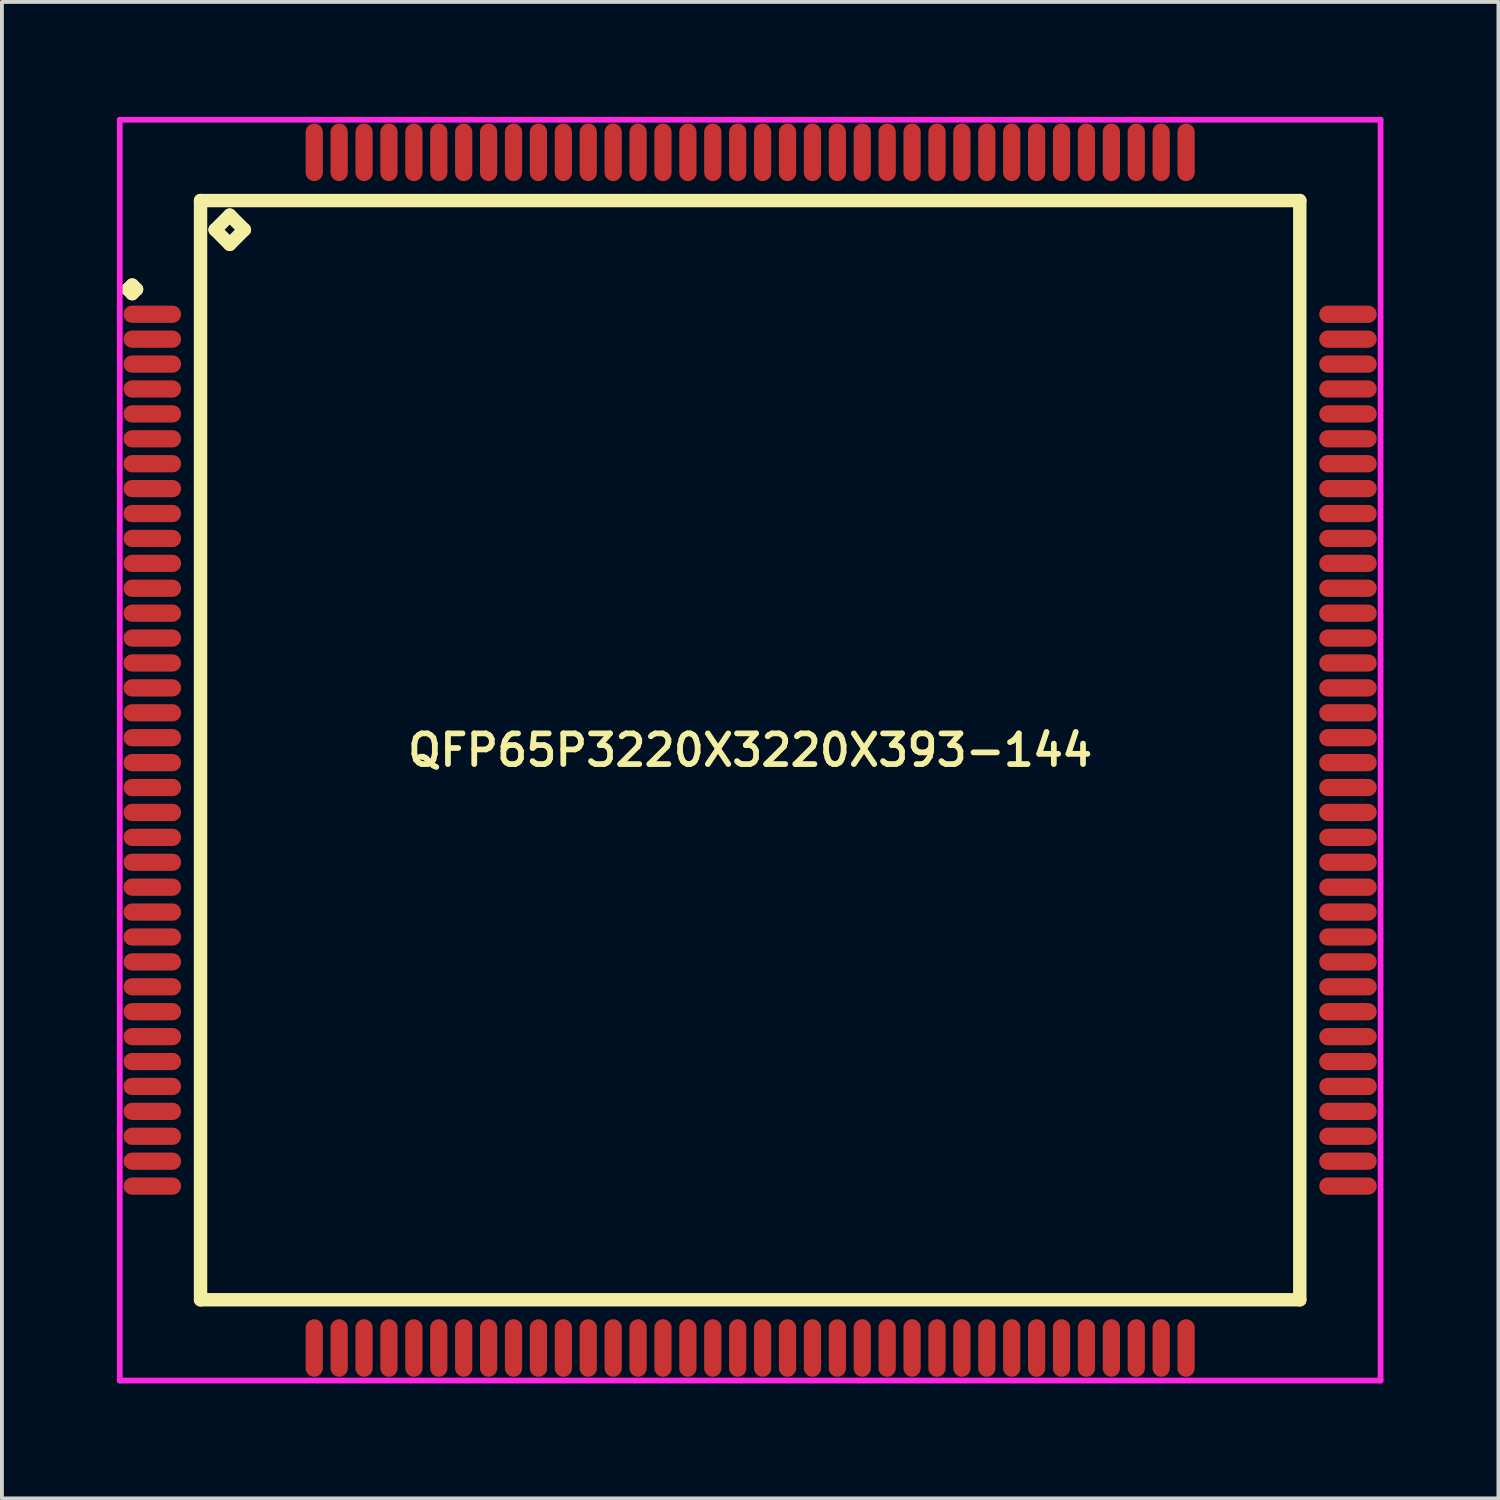
<source format=kicad_pcb>
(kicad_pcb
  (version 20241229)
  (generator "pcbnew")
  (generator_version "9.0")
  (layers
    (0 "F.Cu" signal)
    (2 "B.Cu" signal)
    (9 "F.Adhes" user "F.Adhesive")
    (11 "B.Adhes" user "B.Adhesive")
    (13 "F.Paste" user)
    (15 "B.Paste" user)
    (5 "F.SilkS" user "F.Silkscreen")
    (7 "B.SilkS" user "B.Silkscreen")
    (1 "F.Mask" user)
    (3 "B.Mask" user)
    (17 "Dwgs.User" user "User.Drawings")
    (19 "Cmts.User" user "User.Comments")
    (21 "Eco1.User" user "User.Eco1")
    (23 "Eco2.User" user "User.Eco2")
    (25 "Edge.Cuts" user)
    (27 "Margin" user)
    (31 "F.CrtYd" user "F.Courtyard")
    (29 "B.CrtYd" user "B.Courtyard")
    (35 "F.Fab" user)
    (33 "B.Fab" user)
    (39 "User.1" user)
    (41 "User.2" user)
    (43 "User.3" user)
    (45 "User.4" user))
  (footprint "QFP65P3220X3220X393-144"
    (layer "F.Cu")
    (at 16.525 16.525)
    (property "Reference" "QFP65P3220X3220X393-144" (at 0 0 0) (layer "F.SilkS") (effects (font (size 0.8 0.8) (thickness 0.15))))
    (attr smd)
    (fp_line (start -16.238 -12.025) (end -16.125 -12.137) (stroke (width 0.35) (type solid)) (layer "F.SilkS"))
    (fp_line (start -16.125 -12.137) (end -16.012 -12.025) (stroke (width 0.35) (type solid)) (layer "F.SilkS"))
    (fp_line (start -16.125 -11.912) (end -16.238 -12.025) (stroke (width 0.35) (type solid)) (layer "F.SilkS"))
    (fp_line (start -16.012 -12.025) (end -16.125 -11.912) (stroke (width 0.35) (type solid)) (layer "F.SilkS"))
    (fp_line (start -14.342 -14.342) (end -14.342 14.342) (stroke (width 0.35) (type solid)) (layer "F.SilkS"))
    (fp_line (start -14.342 14.342) (end 14.342 14.342) (stroke (width 0.35) (type solid)) (layer "F.SilkS"))
    (fp_line (start -13.961 -13.58) (end -13.58 -13.961) (stroke (width 0.35) (type solid)) (layer "F.SilkS"))
    (fp_line (start -13.58 -13.961) (end -13.199 -13.58) (stroke (width 0.35) (type solid)) (layer "F.SilkS"))
    (fp_line (start -13.58 -13.199) (end -13.961 -13.58) (stroke (width 0.35) (type solid)) (layer "F.SilkS"))
    (fp_line (start -13.199 -13.58) (end -13.58 -13.199) (stroke (width 0.35) (type solid)) (layer "F.SilkS"))
    (fp_line (start 14.342 -14.342) (end -14.342 -14.342) (stroke (width 0.35) (type solid)) (layer "F.SilkS"))
    (fp_line (start 14.342 14.342) (end 14.342 -14.342) (stroke (width 0.35) (type solid)) (layer "F.SilkS"))
    (fp_line (start -16.45 -16.45) (end 16.45 -16.45) (stroke (width 0.15) (type solid)) (layer "F.CrtYd"))
    (fp_line (start -16.45 16.45) (end -16.45 -16.45) (stroke (width 0.15) (type solid)) (layer "F.CrtYd"))
    (fp_line (start 16.45 -16.45) (end 16.45 16.45) (stroke (width 0.15) (type solid)) (layer "F.CrtYd"))
    (fp_line (start 16.45 16.45) (end -16.45 16.45) (stroke (width 0.15) (type solid)) (layer "F.CrtYd"))
    (pad "1" smd oval (at -15.6 -11.375) (size 1.5 0.45) (layers "F.Cu" "F.Mask" "F.Paste"))
    (pad "2" smd oval (at -15.6 -10.725) (size 1.5 0.45) (layers "F.Cu" "F.Mask" "F.Paste"))
    (pad "3" smd oval (at -15.6 -10.075) (size 1.5 0.45) (layers "F.Cu" "F.Mask" "F.Paste"))
    (pad "4" smd oval (at -15.6 -9.425) (size 1.5 0.45) (layers "F.Cu" "F.Mask" "F.Paste"))
    (pad "5" smd oval (at -15.6 -8.775) (size 1.5 0.45) (layers "F.Cu" "F.Mask" "F.Paste"))
    (pad "6" smd oval (at -15.6 -8.125) (size 1.5 0.45) (layers "F.Cu" "F.Mask" "F.Paste"))
    (pad "7" smd oval (at -15.6 -7.475) (size 1.5 0.45) (layers "F.Cu" "F.Mask" "F.Paste"))
    (pad "8" smd oval (at -15.6 -6.825) (size 1.5 0.45) (layers "F.Cu" "F.Mask" "F.Paste"))
    (pad "9" smd oval (at -15.6 -6.175) (size 1.5 0.45) (layers "F.Cu" "F.Mask" "F.Paste"))
    (pad "10" smd oval (at -15.6 -5.525) (size 1.5 0.45) (layers "F.Cu" "F.Mask" "F.Paste"))
    (pad "11" smd oval (at -15.6 -4.875) (size 1.5 0.45) (layers "F.Cu" "F.Mask" "F.Paste"))
    (pad "12" smd oval (at -15.6 -4.225) (size 1.5 0.45) (layers "F.Cu" "F.Mask" "F.Paste"))
    (pad "13" smd oval (at -15.6 -3.575) (size 1.5 0.45) (layers "F.Cu" "F.Mask" "F.Paste"))
    (pad "14" smd oval (at -15.6 -2.925) (size 1.5 0.45) (layers "F.Cu" "F.Mask" "F.Paste"))
    (pad "15" smd oval (at -15.6 -2.275) (size 1.5 0.45) (layers "F.Cu" "F.Mask" "F.Paste"))
    (pad "16" smd oval (at -15.6 -1.625) (size 1.5 0.45) (layers "F.Cu" "F.Mask" "F.Paste"))
    (pad "17" smd oval (at -15.6 -0.975) (size 1.5 0.45) (layers "F.Cu" "F.Mask" "F.Paste"))
    (pad "18" smd oval (at -15.6 -0.325) (size 1.5 0.45) (layers "F.Cu" "F.Mask" "F.Paste"))
    (pad "19" smd oval (at -15.6 0.325) (size 1.5 0.45) (layers "F.Cu" "F.Mask" "F.Paste"))
    (pad "20" smd oval (at -15.6 0.975) (size 1.5 0.45) (layers "F.Cu" "F.Mask" "F.Paste"))
    (pad "21" smd oval (at -15.6 1.625) (size 1.5 0.45) (layers "F.Cu" "F.Mask" "F.Paste"))
    (pad "22" smd oval (at -15.6 2.275) (size 1.5 0.45) (layers "F.Cu" "F.Mask" "F.Paste"))
    (pad "23" smd oval (at -15.6 2.925) (size 1.5 0.45) (layers "F.Cu" "F.Mask" "F.Paste"))
    (pad "24" smd oval (at -15.6 3.575) (size 1.5 0.45) (layers "F.Cu" "F.Mask" "F.Paste"))
    (pad "25" smd oval (at -15.6 4.225) (size 1.5 0.45) (layers "F.Cu" "F.Mask" "F.Paste"))
    (pad "26" smd oval (at -15.6 4.875) (size 1.5 0.45) (layers "F.Cu" "F.Mask" "F.Paste"))
    (pad "27" smd oval (at -15.6 5.525) (size 1.5 0.45) (layers "F.Cu" "F.Mask" "F.Paste"))
    (pad "28" smd oval (at -15.6 6.175) (size 1.5 0.45) (layers "F.Cu" "F.Mask" "F.Paste"))
    (pad "29" smd oval (at -15.6 6.825) (size 1.5 0.45) (layers "F.Cu" "F.Mask" "F.Paste"))
    (pad "30" smd oval (at -15.6 7.475) (size 1.5 0.45) (layers "F.Cu" "F.Mask" "F.Paste"))
    (pad "31" smd oval (at -15.6 8.125) (size 1.5 0.45) (layers "F.Cu" "F.Mask" "F.Paste"))
    (pad "32" smd oval (at -15.6 8.775) (size 1.5 0.45) (layers "F.Cu" "F.Mask" "F.Paste"))
    (pad "33" smd oval (at -15.6 9.425) (size 1.5 0.45) (layers "F.Cu" "F.Mask" "F.Paste"))
    (pad "34" smd oval (at -15.6 10.075) (size 1.5 0.45) (layers "F.Cu" "F.Mask" "F.Paste"))
    (pad "35" smd oval (at -15.6 10.725) (size 1.5 0.45) (layers "F.Cu" "F.Mask" "F.Paste"))
    (pad "36" smd oval (at -15.6 11.375) (size 1.5 0.45) (layers "F.Cu" "F.Mask" "F.Paste"))
    (pad "37" smd oval (at -11.375 15.6) (size 0.45 1.5) (layers "F.Cu" "F.Mask" "F.Paste"))
    (pad "38" smd oval (at -10.725 15.6) (size 0.45 1.5) (layers "F.Cu" "F.Mask" "F.Paste"))
    (pad "39" smd oval (at -10.075 15.6) (size 0.45 1.5) (layers "F.Cu" "F.Mask" "F.Paste"))
    (pad "40" smd oval (at -9.425 15.6) (size 0.45 1.5) (layers "F.Cu" "F.Mask" "F.Paste"))
    (pad "41" smd oval (at -8.775 15.6) (size 0.45 1.5) (layers "F.Cu" "F.Mask" "F.Paste"))
    (pad "42" smd oval (at -8.125 15.6) (size 0.45 1.5) (layers "F.Cu" "F.Mask" "F.Paste"))
    (pad "43" smd oval (at -7.475 15.6) (size 0.45 1.5) (layers "F.Cu" "F.Mask" "F.Paste"))
    (pad "44" smd oval (at -6.825 15.6) (size 0.45 1.5) (layers "F.Cu" "F.Mask" "F.Paste"))
    (pad "45" smd oval (at -6.175 15.6) (size 0.45 1.5) (layers "F.Cu" "F.Mask" "F.Paste"))
    (pad "46" smd oval (at -5.525 15.6) (size 0.45 1.5) (layers "F.Cu" "F.Mask" "F.Paste"))
    (pad "47" smd oval (at -4.875 15.6) (size 0.45 1.5) (layers "F.Cu" "F.Mask" "F.Paste"))
    (pad "48" smd oval (at -4.225 15.6) (size 0.45 1.5) (layers "F.Cu" "F.Mask" "F.Paste"))
    (pad "49" smd oval (at -3.575 15.6) (size 0.45 1.5) (layers "F.Cu" "F.Mask" "F.Paste"))
    (pad "50" smd oval (at -2.925 15.6) (size 0.45 1.5) (layers "F.Cu" "F.Mask" "F.Paste"))
    (pad "51" smd oval (at -2.275 15.6) (size 0.45 1.5) (layers "F.Cu" "F.Mask" "F.Paste"))
    (pad "52" smd oval (at -1.625 15.6) (size 0.45 1.5) (layers "F.Cu" "F.Mask" "F.Paste"))
    (pad "53" smd oval (at -0.975 15.6) (size 0.45 1.5) (layers "F.Cu" "F.Mask" "F.Paste"))
    (pad "54" smd oval (at -0.325 15.6) (size 0.45 1.5) (layers "F.Cu" "F.Mask" "F.Paste"))
    (pad "55" smd oval (at 0.325 15.6) (size 0.45 1.5) (layers "F.Cu" "F.Mask" "F.Paste"))
    (pad "56" smd oval (at 0.975 15.6) (size 0.45 1.5) (layers "F.Cu" "F.Mask" "F.Paste"))
    (pad "57" smd oval (at 1.625 15.6) (size 0.45 1.5) (layers "F.Cu" "F.Mask" "F.Paste"))
    (pad "58" smd oval (at 2.275 15.6) (size 0.45 1.5) (layers "F.Cu" "F.Mask" "F.Paste"))
    (pad "59" smd oval (at 2.925 15.6) (size 0.45 1.5) (layers "F.Cu" "F.Mask" "F.Paste"))
    (pad "60" smd oval (at 3.575 15.6) (size 0.45 1.5) (layers "F.Cu" "F.Mask" "F.Paste"))
    (pad "61" smd oval (at 4.225 15.6) (size 0.45 1.5) (layers "F.Cu" "F.Mask" "F.Paste"))
    (pad "62" smd oval (at 4.875 15.6) (size 0.45 1.5) (layers "F.Cu" "F.Mask" "F.Paste"))
    (pad "63" smd oval (at 5.525 15.6) (size 0.45 1.5) (layers "F.Cu" "F.Mask" "F.Paste"))
    (pad "64" smd oval (at 6.175 15.6) (size 0.45 1.5) (layers "F.Cu" "F.Mask" "F.Paste"))
    (pad "65" smd oval (at 6.825 15.6) (size 0.45 1.5) (layers "F.Cu" "F.Mask" "F.Paste"))
    (pad "66" smd oval (at 7.475 15.6) (size 0.45 1.5) (layers "F.Cu" "F.Mask" "F.Paste"))
    (pad "67" smd oval (at 8.125 15.6) (size 0.45 1.5) (layers "F.Cu" "F.Mask" "F.Paste"))
    (pad "68" smd oval (at 8.775 15.6) (size 0.45 1.5) (layers "F.Cu" "F.Mask" "F.Paste"))
    (pad "69" smd oval (at 9.425 15.6) (size 0.45 1.5) (layers "F.Cu" "F.Mask" "F.Paste"))
    (pad "70" smd oval (at 10.075 15.6) (size 0.45 1.5) (layers "F.Cu" "F.Mask" "F.Paste"))
    (pad "71" smd oval (at 10.725 15.6) (size 0.45 1.5) (layers "F.Cu" "F.Mask" "F.Paste"))
    (pad "72" smd oval (at 11.375 15.6) (size 0.45 1.5) (layers "F.Cu" "F.Mask" "F.Paste"))
    (pad "73" smd oval (at 15.6 11.375) (size 1.5 0.45) (layers "F.Cu" "F.Mask" "F.Paste"))
    (pad "74" smd oval (at 15.6 10.725) (size 1.5 0.45) (layers "F.Cu" "F.Mask" "F.Paste"))
    (pad "75" smd oval (at 15.6 10.075) (size 1.5 0.45) (layers "F.Cu" "F.Mask" "F.Paste"))
    (pad "76" smd oval (at 15.6 9.425) (size 1.5 0.45) (layers "F.Cu" "F.Mask" "F.Paste"))
    (pad "77" smd oval (at 15.6 8.775) (size 1.5 0.45) (layers "F.Cu" "F.Mask" "F.Paste"))
    (pad "78" smd oval (at 15.6 8.125) (size 1.5 0.45) (layers "F.Cu" "F.Mask" "F.Paste"))
    (pad "79" smd oval (at 15.6 7.475) (size 1.5 0.45) (layers "F.Cu" "F.Mask" "F.Paste"))
    (pad "80" smd oval (at 15.6 6.825) (size 1.5 0.45) (layers "F.Cu" "F.Mask" "F.Paste"))
    (pad "81" smd oval (at 15.6 6.175) (size 1.5 0.45) (layers "F.Cu" "F.Mask" "F.Paste"))
    (pad "82" smd oval (at 15.6 5.525) (size 1.5 0.45) (layers "F.Cu" "F.Mask" "F.Paste"))
    (pad "83" smd oval (at 15.6 4.875) (size 1.5 0.45) (layers "F.Cu" "F.Mask" "F.Paste"))
    (pad "84" smd oval (at 15.6 4.225) (size 1.5 0.45) (layers "F.Cu" "F.Mask" "F.Paste"))
    (pad "85" smd oval (at 15.6 3.575) (size 1.5 0.45) (layers "F.Cu" "F.Mask" "F.Paste"))
    (pad "86" smd oval (at 15.6 2.925) (size 1.5 0.45) (layers "F.Cu" "F.Mask" "F.Paste"))
    (pad "87" smd oval (at 15.6 2.275) (size 1.5 0.45) (layers "F.Cu" "F.Mask" "F.Paste"))
    (pad "88" smd oval (at 15.6 1.625) (size 1.5 0.45) (layers "F.Cu" "F.Mask" "F.Paste"))
    (pad "89" smd oval (at 15.6 0.975) (size 1.5 0.45) (layers "F.Cu" "F.Mask" "F.Paste"))
    (pad "90" smd oval (at 15.6 0.325) (size 1.5 0.45) (layers "F.Cu" "F.Mask" "F.Paste"))
    (pad "91" smd oval (at 15.6 -0.325) (size 1.5 0.45) (layers "F.Cu" "F.Mask" "F.Paste"))
    (pad "92" smd oval (at 15.6 -0.975) (size 1.5 0.45) (layers "F.Cu" "F.Mask" "F.Paste"))
    (pad "93" smd oval (at 15.6 -1.625) (size 1.5 0.45) (layers "F.Cu" "F.Mask" "F.Paste"))
    (pad "94" smd oval (at 15.6 -2.275) (size 1.5 0.45) (layers "F.Cu" "F.Mask" "F.Paste"))
    (pad "95" smd oval (at 15.6 -2.925) (size 1.5 0.45) (layers "F.Cu" "F.Mask" "F.Paste"))
    (pad "96" smd oval (at 15.6 -3.575) (size 1.5 0.45) (layers "F.Cu" "F.Mask" "F.Paste"))
    (pad "97" smd oval (at 15.6 -4.225) (size 1.5 0.45) (layers "F.Cu" "F.Mask" "F.Paste"))
    (pad "98" smd oval (at 15.6 -4.875) (size 1.5 0.45) (layers "F.Cu" "F.Mask" "F.Paste"))
    (pad "99" smd oval (at 15.6 -5.525) (size 1.5 0.45) (layers "F.Cu" "F.Mask" "F.Paste"))
    (pad "100" smd oval (at 15.6 -6.175) (size 1.5 0.45) (layers "F.Cu" "F.Mask" "F.Paste"))
    (pad "101" smd oval (at 15.6 -6.825) (size 1.5 0.45) (layers "F.Cu" "F.Mask" "F.Paste"))
    (pad "102" smd oval (at 15.6 -7.475) (size 1.5 0.45) (layers "F.Cu" "F.Mask" "F.Paste"))
    (pad "103" smd oval (at 15.6 -8.125) (size 1.5 0.45) (layers "F.Cu" "F.Mask" "F.Paste"))
    (pad "104" smd oval (at 15.6 -8.775) (size 1.5 0.45) (layers "F.Cu" "F.Mask" "F.Paste"))
    (pad "105" smd oval (at 15.6 -9.425) (size 1.5 0.45) (layers "F.Cu" "F.Mask" "F.Paste"))
    (pad "106" smd oval (at 15.6 -10.075) (size 1.5 0.45) (layers "F.Cu" "F.Mask" "F.Paste"))
    (pad "107" smd oval (at 15.6 -10.725) (size 1.5 0.45) (layers "F.Cu" "F.Mask" "F.Paste"))
    (pad "108" smd oval (at 15.6 -11.375) (size 1.5 0.45) (layers "F.Cu" "F.Mask" "F.Paste"))
    (pad "109" smd oval (at 11.375 -15.6) (size 0.45 1.5) (layers "F.Cu" "F.Mask" "F.Paste"))
    (pad "110" smd oval (at 10.725 -15.6) (size 0.45 1.5) (layers "F.Cu" "F.Mask" "F.Paste"))
    (pad "111" smd oval (at 10.075 -15.6) (size 0.45 1.5) (layers "F.Cu" "F.Mask" "F.Paste"))
    (pad "112" smd oval (at 9.425 -15.6) (size 0.45 1.5) (layers "F.Cu" "F.Mask" "F.Paste"))
    (pad "113" smd oval (at 8.775 -15.6) (size 0.45 1.5) (layers "F.Cu" "F.Mask" "F.Paste"))
    (pad "114" smd oval (at 8.125 -15.6) (size 0.45 1.5) (layers "F.Cu" "F.Mask" "F.Paste"))
    (pad "115" smd oval (at 7.475 -15.6) (size 0.45 1.5) (layers "F.Cu" "F.Mask" "F.Paste"))
    (pad "116" smd oval (at 6.825 -15.6) (size 0.45 1.5) (layers "F.Cu" "F.Mask" "F.Paste"))
    (pad "117" smd oval (at 6.175 -15.6) (size 0.45 1.5) (layers "F.Cu" "F.Mask" "F.Paste"))
    (pad "118" smd oval (at 5.525 -15.6) (size 0.45 1.5) (layers "F.Cu" "F.Mask" "F.Paste"))
    (pad "119" smd oval (at 4.875 -15.6) (size 0.45 1.5) (layers "F.Cu" "F.Mask" "F.Paste"))
    (pad "120" smd oval (at 4.225 -15.6) (size 0.45 1.5) (layers "F.Cu" "F.Mask" "F.Paste"))
    (pad "121" smd oval (at 3.575 -15.6) (size 0.45 1.5) (layers "F.Cu" "F.Mask" "F.Paste"))
    (pad "122" smd oval (at 2.925 -15.6) (size 0.45 1.5) (layers "F.Cu" "F.Mask" "F.Paste"))
    (pad "123" smd oval (at 2.275 -15.6) (size 0.45 1.5) (layers "F.Cu" "F.Mask" "F.Paste"))
    (pad "124" smd oval (at 1.625 -15.6) (size 0.45 1.5) (layers "F.Cu" "F.Mask" "F.Paste"))
    (pad "125" smd oval (at 0.975 -15.6) (size 0.45 1.5) (layers "F.Cu" "F.Mask" "F.Paste"))
    (pad "126" smd oval (at 0.325 -15.6) (size 0.45 1.5) (layers "F.Cu" "F.Mask" "F.Paste"))
    (pad "127" smd oval (at -0.325 -15.6) (size 0.45 1.5) (layers "F.Cu" "F.Mask" "F.Paste"))
    (pad "128" smd oval (at -0.975 -15.6) (size 0.45 1.5) (layers "F.Cu" "F.Mask" "F.Paste"))
    (pad "129" smd oval (at -1.625 -15.6) (size 0.45 1.5) (layers "F.Cu" "F.Mask" "F.Paste"))
    (pad "130" smd oval (at -2.275 -15.6) (size 0.45 1.5) (layers "F.Cu" "F.Mask" "F.Paste"))
    (pad "131" smd oval (at -2.925 -15.6) (size 0.45 1.5) (layers "F.Cu" "F.Mask" "F.Paste"))
    (pad "132" smd oval (at -3.575 -15.6) (size 0.45 1.5) (layers "F.Cu" "F.Mask" "F.Paste"))
    (pad "133" smd oval (at -4.225 -15.6) (size 0.45 1.5) (layers "F.Cu" "F.Mask" "F.Paste"))
    (pad "134" smd oval (at -4.875 -15.6) (size 0.45 1.5) (layers "F.Cu" "F.Mask" "F.Paste"))
    (pad "135" smd oval (at -5.525 -15.6) (size 0.45 1.5) (layers "F.Cu" "F.Mask" "F.Paste"))
    (pad "136" smd oval (at -6.175 -15.6) (size 0.45 1.5) (layers "F.Cu" "F.Mask" "F.Paste"))
    (pad "137" smd oval (at -6.825 -15.6) (size 0.45 1.5) (layers "F.Cu" "F.Mask" "F.Paste"))
    (pad "138" smd oval (at -7.475 -15.6) (size 0.45 1.5) (layers "F.Cu" "F.Mask" "F.Paste"))
    (pad "139" smd oval (at -8.125 -15.6) (size 0.45 1.5) (layers "F.Cu" "F.Mask" "F.Paste"))
    (pad "140" smd oval (at -8.775 -15.6) (size 0.45 1.5) (layers "F.Cu" "F.Mask" "F.Paste"))
    (pad "141" smd oval (at -9.425 -15.6) (size 0.45 1.5) (layers "F.Cu" "F.Mask" "F.Paste"))
    (pad "142" smd oval (at -10.075 -15.6) (size 0.45 1.5) (layers "F.Cu" "F.Mask" "F.Paste"))
    (pad "143" smd oval (at -10.725 -15.6) (size 0.45 1.5) (layers "F.Cu" "F.Mask" "F.Paste"))
    (pad "144" smd oval (at -11.375 -15.6) (size 0.45 1.5) (layers "F.Cu" "F.Mask" "F.Paste")))
  (gr_rect
    (start -3 -3)
    (end 36.05 36.05)
    (stroke (width 0.1) (type default))
    (fill no)
    (layer "Edge.Cuts")))
</source>
